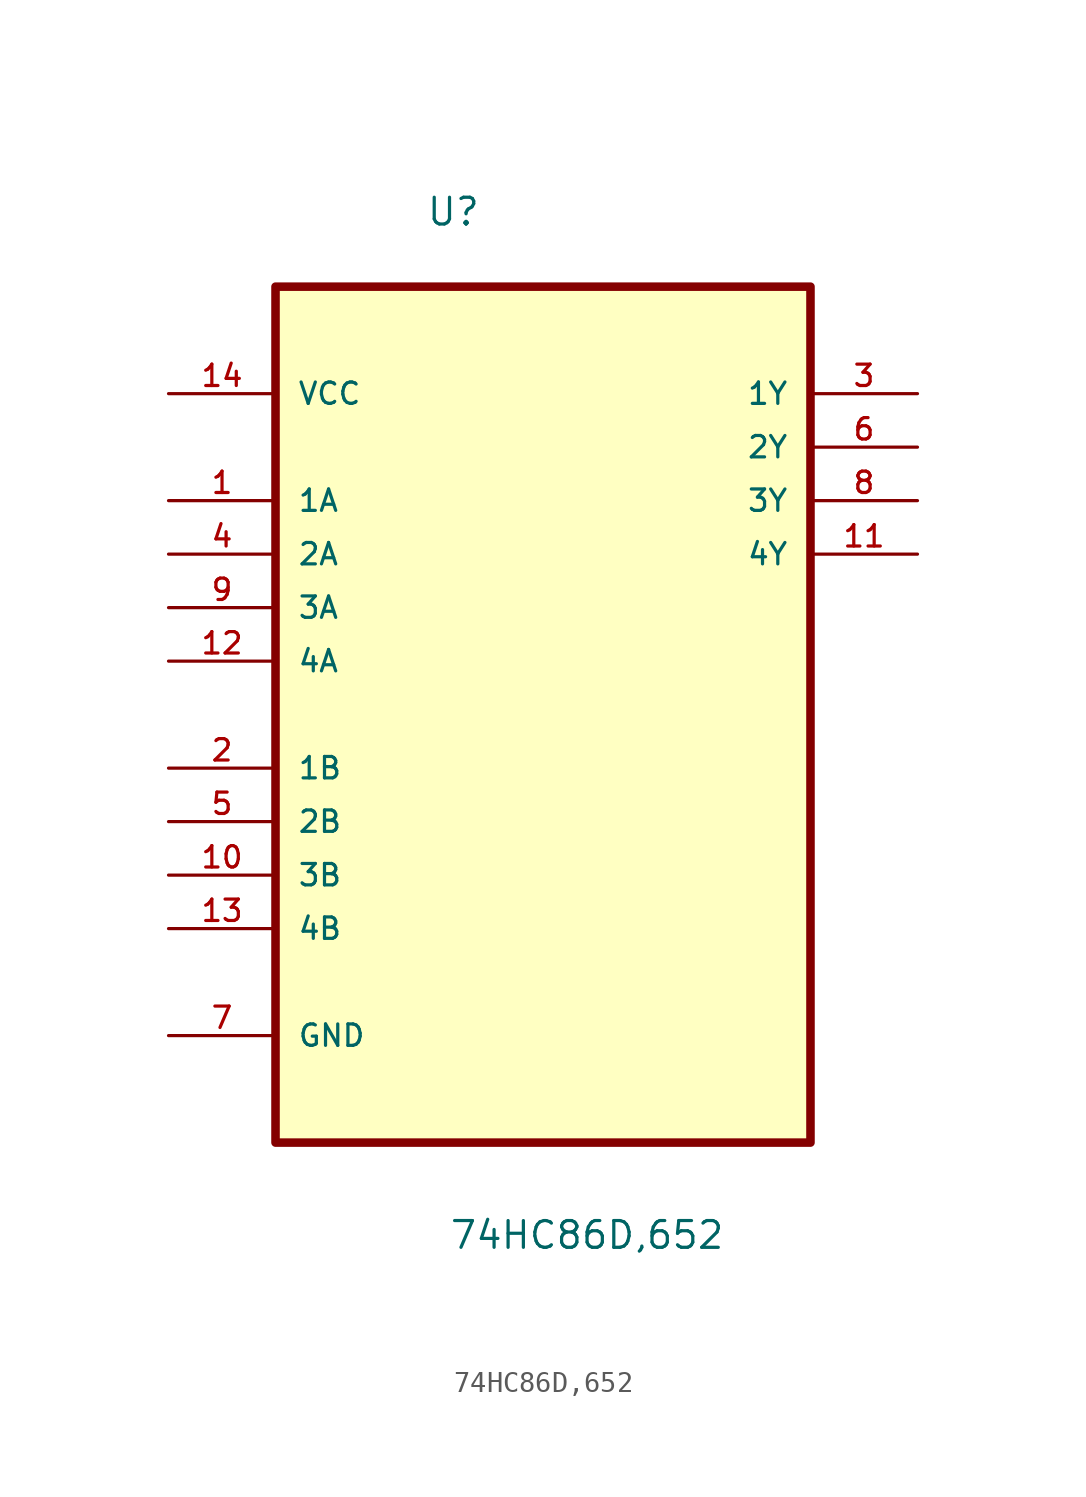
<source format=kicad_sym>
(kicad_symbol_lib
  (version 20211014)
  (generator kicad_symbol_editor)
  (symbol "74HC86D,652"
    (pin_names
      (offset 1.016))
    (property "Reference" "U"
      (at -5.567 20.592 0.0)
      (effects (font (size 1.27 1.27)) (justify bottom left)))
    (property "Value" "74HC86D,652"
      (at -4.479 -27.995 0.0)
      (effects (font (size 1.27 1.27)) (justify bottom left)))
    (symbol "74HC86D,652_0_0"
      (rectangle (start -12.7 -22.86) (end 12.7 17.78) (stroke (width 0.406)) (fill (type background)))
      (pin power_in line (at -17.78 12.7 0) (length 5.08) (name "VCC" (effects (font (size 1.016 1.016)))) (number "14" (effects (font (size 1.016 1.016)))))
      (pin input line (at -17.78 7.62 0) (length 5.08) (name "1A" (effects (font (size 1.016 1.016)))) (number "1" (effects (font (size 1.016 1.016)))))
      (pin input line (at -17.78 5.08 0) (length 5.08) (name "2A" (effects (font (size 1.016 1.016)))) (number "4" (effects (font (size 1.016 1.016)))))
      (pin input line (at -17.78 2.54 0) (length 5.08) (name "3A" (effects (font (size 1.016 1.016)))) (number "9" (effects (font (size 1.016 1.016)))))
      (pin input line (at -17.78 0.0 0) (length 5.08) (name "4A" (effects (font (size 1.016 1.016)))) (number "12" (effects (font (size 1.016 1.016)))))
      (pin input line (at -17.78 -5.08 0) (length 5.08) (name "1B" (effects (font (size 1.016 1.016)))) (number "2" (effects (font (size 1.016 1.016)))))
      (pin input line (at -17.78 -7.62 0) (length 5.08) (name "2B" (effects (font (size 1.016 1.016)))) (number "5" (effects (font (size 1.016 1.016)))))
      (pin input line (at -17.78 -10.16 0) (length 5.08) (name "3B" (effects (font (size 1.016 1.016)))) (number "10" (effects (font (size 1.016 1.016)))))
      (pin input line (at -17.78 -12.7 0) (length 5.08) (name "4B" (effects (font (size 1.016 1.016)))) (number "13" (effects (font (size 1.016 1.016)))))
      (pin passive line (at -17.78 -17.78 0) (length 5.08) (name "GND" (effects (font (size 1.016 1.016)))) (number "7" (effects (font (size 1.016 1.016)))))
      (pin output line (at 17.78 12.7 180.0) (length 5.08) (name "1Y" (effects (font (size 1.016 1.016)))) (number "3" (effects (font (size 1.016 1.016)))))
      (pin output line (at 17.78 10.16 180.0) (length 5.08) (name "2Y" (effects (font (size 1.016 1.016)))) (number "6" (effects (font (size 1.016 1.016)))))
      (pin output line (at 17.78 7.62 180.0) (length 5.08) (name "3Y" (effects (font (size 1.016 1.016)))) (number "8" (effects (font (size 1.016 1.016)))))
      (pin output line (at 17.78 5.08 180.0) (length 5.08) (name "4Y" (effects (font (size 1.016 1.016)))) (number "11" (effects (font (size 1.016 1.016))))))))
</source>
